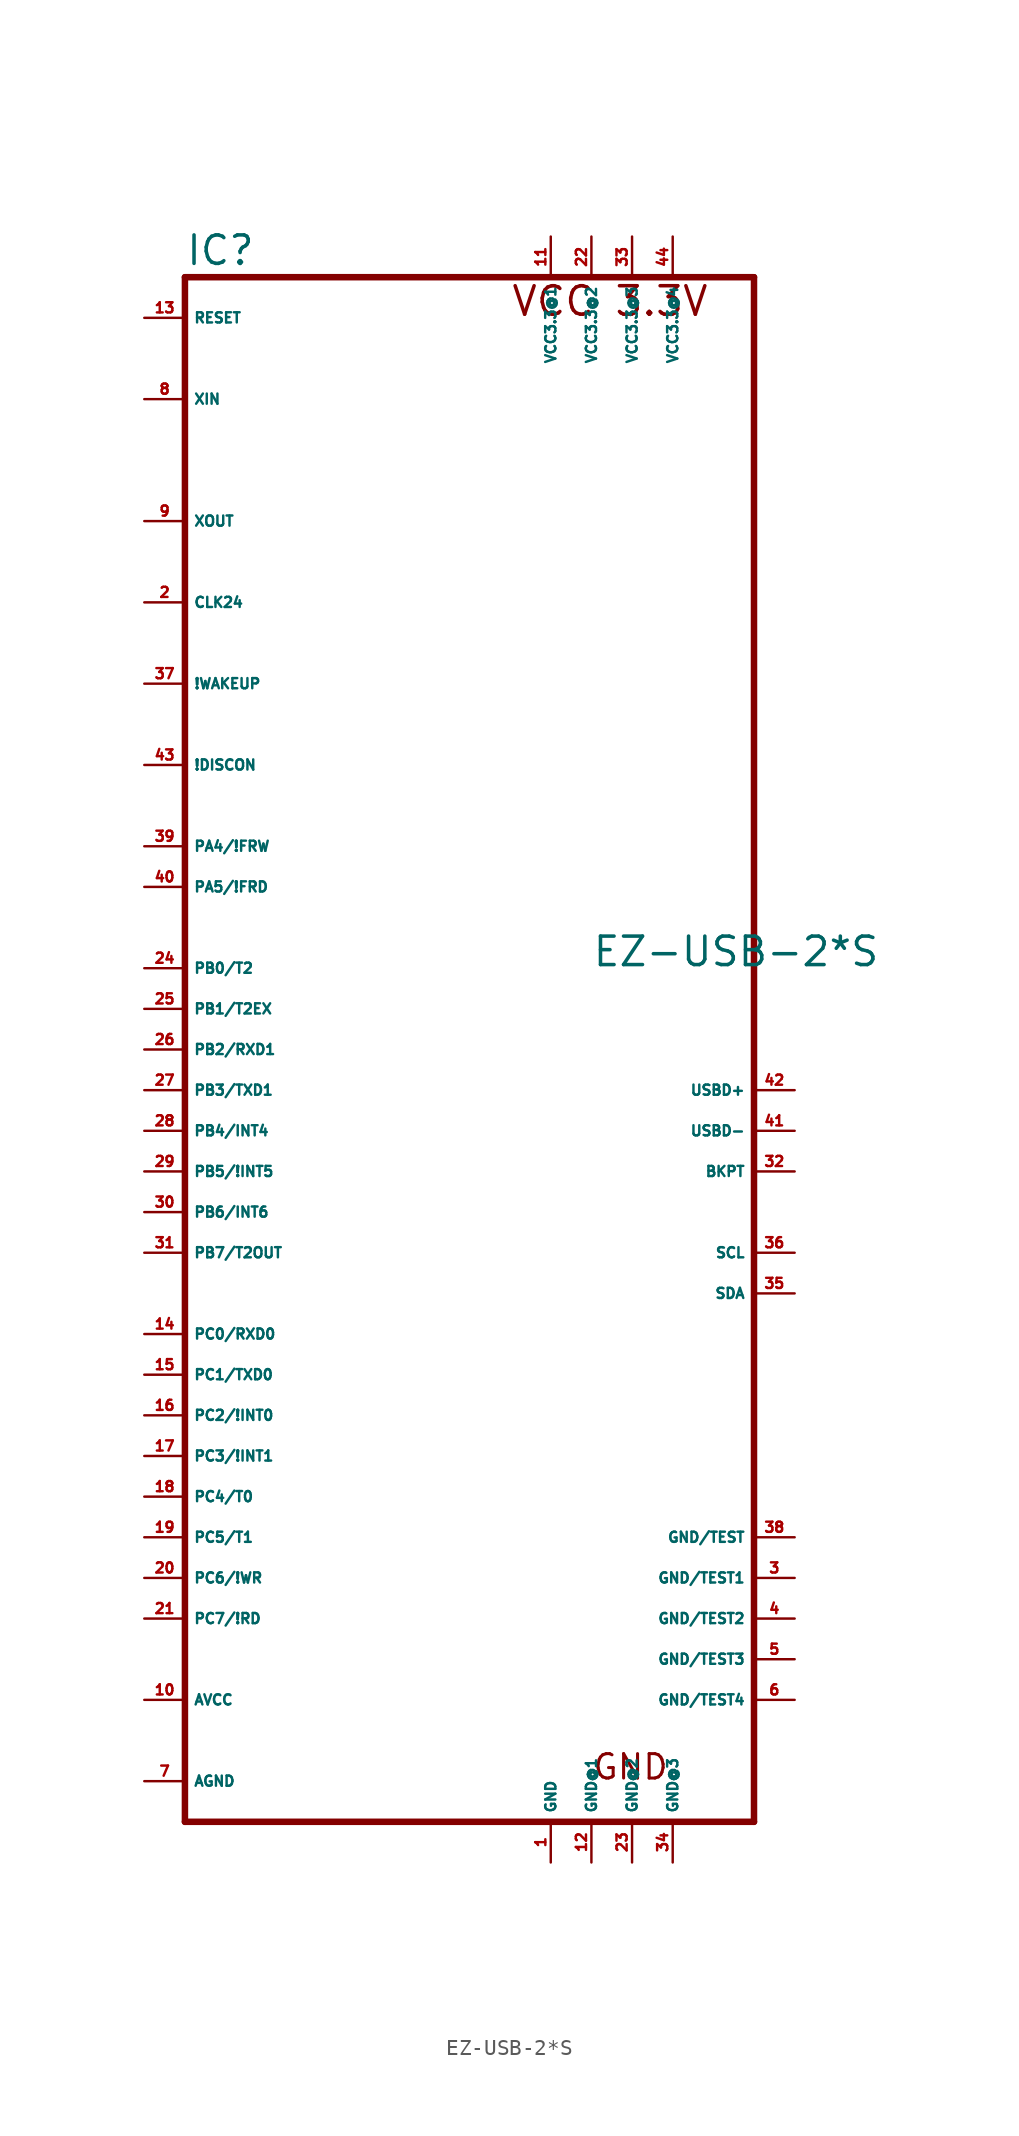
<source format=kicad_sym>
(kicad_symbol_lib
  (version 20220914)
  (generator Eagle2Kicad)
  (symbol "EZ-USB-2*S"
    (property "Reference" "IC"
      (at -17.78 48.895 0)
      (effects (font (size 1.778 1.778) (thickness 0.22)) (justify left bottom)))
    (property "Value" "EZ-USB-2*S"
      (at 7.62 5.08 0)
      (effects (font (size 1.778 1.778) (thickness 0.22)) (justify left bottom)))
    (polyline
      (pts (xy 17.78 48.26) (xy 17.78 -48.26))
      (stroke (width 0.406) (type default))
      (fill (type none)))
    (polyline
      (pts (xy -17.78 -48.26) (xy 17.78 -48.26))
      (stroke (width 0.406) (type default))
      (fill (type none)))
    (polyline
      (pts (xy -17.78 -48.26) (xy -17.78 48.26))
      (stroke (width 0.406) (type default))
      (fill (type none)))
    (polyline
      (pts (xy 17.78 48.26) (xy -17.78 48.26))
      (stroke (width 0.406) (type default))
      (fill (type none)))
    (text "VCC 3.3V"
      (at 2.54 45.72 0)
      (effects (font (size 1.778 1.778) (thickness 0.22)) (justify left bottom)))
    (text "GND"
      (at 7.62 -45.72 0)
      (effects (font (size 1.524 1.524) (thickness 0.19)) (justify left bottom)))
    (pin output line
      (at -20.32 33.02 0)
      (length 2.54)
      (name "XOUT" (effects (font (size 0.635 0.635) (thickness 0.08)) (justify left bottom)))
      (number "9" (effects (font (size 0.635 0.635) (thickness 0.08)) (justify left bottom))))
    (pin input line
      (at -20.32 40.64 0)
      (length 2.54)
      (name "XIN" (effects (font (size 0.635 0.635) (thickness 0.08)) (justify left bottom)))
      (number "8" (effects (font (size 0.635 0.635) (thickness 0.08)) (justify left bottom))))
    (pin open_collector line
      (at 20.32 -12.7 180)
      (length 2.54)
      (name "SCL" (effects (font (size 0.635 0.635) (thickness 0.08)) (justify left bottom)))
      (number "36" (effects (font (size 0.635 0.635) (thickness 0.08)) (justify left bottom))))
    (pin open_collector line
      (at 20.32 -15.24 180)
      (length 2.54)
      (name "SDA" (effects (font (size 0.635 0.635) (thickness 0.08)) (justify left bottom)))
      (number "35" (effects (font (size 0.635 0.635) (thickness 0.08)) (justify left bottom))))
    (pin input line
      (at -20.32 45.72 0)
      (length 2.54)
      (name "RESET" (effects (font (size 0.635 0.635) (thickness 0.08)) (justify left bottom)))
      (number "13" (effects (font (size 0.635 0.635) (thickness 0.08)) (justify left bottom))))
    (pin bidirectional line
      (at -20.32 12.7 0)
      (length 2.54)
      (name "PA4/!FRW" (effects (font (size 0.635 0.635) (thickness 0.08)) (justify left bottom)))
      (number "39" (effects (font (size 0.635 0.635) (thickness 0.08)) (justify left bottom))))
    (pin bidirectional line
      (at -20.32 10.16 0)
      (length 2.54)
      (name "PA5/!FRD" (effects (font (size 0.635 0.635) (thickness 0.08)) (justify left bottom)))
      (number "40" (effects (font (size 0.635 0.635) (thickness 0.08)) (justify left bottom))))
    (pin bidirectional line
      (at -20.32 5.08 0)
      (length 2.54)
      (name "PB0/T2" (effects (font (size 0.635 0.635) (thickness 0.08)) (justify left bottom)))
      (number "24" (effects (font (size 0.635 0.635) (thickness 0.08)) (justify left bottom))))
    (pin bidirectional line
      (at -20.32 2.54 0)
      (length 2.54)
      (name "PB1/T2EX" (effects (font (size 0.635 0.635) (thickness 0.08)) (justify left bottom)))
      (number "25" (effects (font (size 0.635 0.635) (thickness 0.08)) (justify left bottom))))
    (pin bidirectional line
      (at -20.32 0 0)
      (length 2.54)
      (name "PB2/RXD1" (effects (font (size 0.635 0.635) (thickness 0.08)) (justify left bottom)))
      (number "26" (effects (font (size 0.635 0.635) (thickness 0.08)) (justify left bottom))))
    (pin bidirectional line
      (at -20.32 -2.54 0)
      (length 2.54)
      (name "PB3/TXD1" (effects (font (size 0.635 0.635) (thickness 0.08)) (justify left bottom)))
      (number "27" (effects (font (size 0.635 0.635) (thickness 0.08)) (justify left bottom))))
    (pin bidirectional line
      (at -20.32 -5.08 0)
      (length 2.54)
      (name "PB4/INT4" (effects (font (size 0.635 0.635) (thickness 0.08)) (justify left bottom)))
      (number "28" (effects (font (size 0.635 0.635) (thickness 0.08)) (justify left bottom))))
    (pin bidirectional line
      (at -20.32 -7.62 0)
      (length 2.54)
      (name "PB5/!INT5" (effects (font (size 0.635 0.635) (thickness 0.08)) (justify left bottom)))
      (number "29" (effects (font (size 0.635 0.635) (thickness 0.08)) (justify left bottom))))
    (pin unspecified line
      (at -20.32 -40.64 0)
      (length 2.54)
      (name "AVCC" (effects (font (size 0.635 0.635) (thickness 0.08)) (justify left bottom)))
      (number "10" (effects (font (size 0.635 0.635) (thickness 0.08)) (justify left bottom))))
    (pin unspecified line
      (at -20.32 -45.72 0)
      (length 2.54)
      (name "AGND" (effects (font (size 0.635 0.635) (thickness 0.08)) (justify left bottom)))
      (number "7" (effects (font (size 0.635 0.635) (thickness 0.08)) (justify left bottom))))
    (pin output line
      (at -20.32 17.78 0)
      (length 2.54)
      (name "!DISCON" (effects (font (size 0.635 0.635) (thickness 0.08)) (justify left bottom)))
      (number "43" (effects (font (size 0.635 0.635) (thickness 0.08)) (justify left bottom))))
    (pin tri_state line
      (at 20.32 -2.54 180)
      (length 2.54)
      (name "USBD+" (effects (font (size 0.635 0.635) (thickness 0.08)) (justify left bottom)))
      (number "42" (effects (font (size 0.635 0.635) (thickness 0.08)) (justify left bottom))))
    (pin tri_state line
      (at 20.32 -5.08 180)
      (length 2.54)
      (name "USBD-" (effects (font (size 0.635 0.635) (thickness 0.08)) (justify left bottom)))
      (number "41" (effects (font (size 0.635 0.635) (thickness 0.08)) (justify left bottom))))
    (pin output line
      (at 20.32 -7.62 180)
      (length 2.54)
      (name "BKPT" (effects (font (size 0.635 0.635) (thickness 0.08)) (justify left bottom)))
      (number "32" (effects (font (size 0.635 0.635) (thickness 0.08)) (justify left bottom))))
    (pin bidirectional line
      (at -20.32 -10.16 0)
      (length 2.54)
      (name "PB6/INT6" (effects (font (size 0.635 0.635) (thickness 0.08)) (justify left bottom)))
      (number "30" (effects (font (size 0.635 0.635) (thickness 0.08)) (justify left bottom))))
    (pin bidirectional line
      (at -20.32 -12.7 0)
      (length 2.54)
      (name "PB7/T2OUT" (effects (font (size 0.635 0.635) (thickness 0.08)) (justify left bottom)))
      (number "31" (effects (font (size 0.635 0.635) (thickness 0.08)) (justify left bottom))))
    (pin bidirectional line
      (at -20.32 -17.78 0)
      (length 2.54)
      (name "PC0/RXD0" (effects (font (size 0.635 0.635) (thickness 0.08)) (justify left bottom)))
      (number "14" (effects (font (size 0.635 0.635) (thickness 0.08)) (justify left bottom))))
    (pin bidirectional line
      (at -20.32 -20.32 0)
      (length 2.54)
      (name "PC1/TXD0" (effects (font (size 0.635 0.635) (thickness 0.08)) (justify left bottom)))
      (number "15" (effects (font (size 0.635 0.635) (thickness 0.08)) (justify left bottom))))
    (pin bidirectional line
      (at -20.32 -22.86 0)
      (length 2.54)
      (name "PC2/!INT0" (effects (font (size 0.635 0.635) (thickness 0.08)) (justify left bottom)))
      (number "16" (effects (font (size 0.635 0.635) (thickness 0.08)) (justify left bottom))))
    (pin bidirectional line
      (at -20.32 -25.4 0)
      (length 2.54)
      (name "PC3/!INT1" (effects (font (size 0.635 0.635) (thickness 0.08)) (justify left bottom)))
      (number "17" (effects (font (size 0.635 0.635) (thickness 0.08)) (justify left bottom))))
    (pin bidirectional line
      (at -20.32 -27.94 0)
      (length 2.54)
      (name "PC4/T0" (effects (font (size 0.635 0.635) (thickness 0.08)) (justify left bottom)))
      (number "18" (effects (font (size 0.635 0.635) (thickness 0.08)) (justify left bottom))))
    (pin bidirectional line
      (at -20.32 -30.48 0)
      (length 2.54)
      (name "PC5/T1" (effects (font (size 0.635 0.635) (thickness 0.08)) (justify left bottom)))
      (number "19" (effects (font (size 0.635 0.635) (thickness 0.08)) (justify left bottom))))
    (pin bidirectional line
      (at -20.32 -33.02 0)
      (length 2.54)
      (name "PC6/!WR" (effects (font (size 0.635 0.635) (thickness 0.08)) (justify left bottom)))
      (number "20" (effects (font (size 0.635 0.635) (thickness 0.08)) (justify left bottom))))
    (pin bidirectional line
      (at -20.32 -35.56 0)
      (length 2.54)
      (name "PC7/!RD" (effects (font (size 0.635 0.635) (thickness 0.08)) (justify left bottom)))
      (number "21" (effects (font (size 0.635 0.635) (thickness 0.08)) (justify left bottom))))
    (pin output line
      (at -20.32 27.94 0)
      (length 2.54)
      (name "CLK24" (effects (font (size 0.635 0.635) (thickness 0.08)) (justify left bottom)))
      (number "2" (effects (font (size 0.635 0.635) (thickness 0.08)) (justify left bottom))))
    (pin input line
      (at -20.32 22.86 0)
      (length 2.54)
      (name "!WAKEUP" (effects (font (size 0.635 0.635) (thickness 0.08)) (justify left bottom)))
      (number "37" (effects (font (size 0.635 0.635) (thickness 0.08)) (justify left bottom))))
    (pin unspecified line
      (at 5.08 50.8 270)
      (length 2.54)
      (name "VCC3.3@1" (effects (font (size 0.635 0.635) (thickness 0.08)) (justify left bottom)))
      (number "11" (effects (font (size 0.635 0.635) (thickness 0.08)) (justify left bottom))))
    (pin unspecified line
      (at 7.62 50.8 270)
      (length 2.54)
      (name "VCC3.3@2" (effects (font (size 0.635 0.635) (thickness 0.08)) (justify left bottom)))
      (number "22" (effects (font (size 0.635 0.635) (thickness 0.08)) (justify left bottom))))
    (pin unspecified line
      (at 10.16 50.8 270)
      (length 2.54)
      (name "VCC3.3@3" (effects (font (size 0.635 0.635) (thickness 0.08)) (justify left bottom)))
      (number "33" (effects (font (size 0.635 0.635) (thickness 0.08)) (justify left bottom))))
    (pin unspecified line
      (at 12.7 50.8 270)
      (length 2.54)
      (name "VCC3.3@4" (effects (font (size 0.635 0.635) (thickness 0.08)) (justify left bottom)))
      (number "44" (effects (font (size 0.635 0.635) (thickness 0.08)) (justify left bottom))))
    (pin unspecified line
      (at 5.08 -50.8 90)
      (length 2.54)
      (name "GND" (effects (font (size 0.635 0.635) (thickness 0.08)) (justify left bottom)))
      (number "1" (effects (font (size 0.635 0.635) (thickness 0.08)) (justify left bottom))))
    (pin unspecified line
      (at 7.62 -50.8 90)
      (length 2.54)
      (name "GND@1" (effects (font (size 0.635 0.635) (thickness 0.08)) (justify left bottom)))
      (number "12" (effects (font (size 0.635 0.635) (thickness 0.08)) (justify left bottom))))
    (pin unspecified line
      (at 10.16 -50.8 90)
      (length 2.54)
      (name "GND@2" (effects (font (size 0.635 0.635) (thickness 0.08)) (justify left bottom)))
      (number "23" (effects (font (size 0.635 0.635) (thickness 0.08)) (justify left bottom))))
    (pin unspecified line
      (at 12.7 -50.8 90)
      (length 2.54)
      (name "GND@3" (effects (font (size 0.635 0.635) (thickness 0.08)) (justify left bottom)))
      (number "34" (effects (font (size 0.635 0.635) (thickness 0.08)) (justify left bottom))))
    (pin unspecified line
      (at 20.32 -30.48 180)
      (length 2.54)
      (name "GND/TEST" (effects (font (size 0.635 0.635) (thickness 0.08)) (justify left bottom)))
      (number "38" (effects (font (size 0.635 0.635) (thickness 0.08)) (justify left bottom))))
    (pin unspecified line
      (at 20.32 -33.02 180)
      (length 2.54)
      (name "GND/TEST1" (effects (font (size 0.635 0.635) (thickness 0.08)) (justify left bottom)))
      (number "3" (effects (font (size 0.635 0.635) (thickness 0.08)) (justify left bottom))))
    (pin unspecified line
      (at 20.32 -35.56 180)
      (length 2.54)
      (name "GND/TEST2" (effects (font (size 0.635 0.635) (thickness 0.08)) (justify left bottom)))
      (number "4" (effects (font (size 0.635 0.635) (thickness 0.08)) (justify left bottom))))
    (pin unspecified line
      (at 20.32 -38.1 180)
      (length 2.54)
      (name "GND/TEST3" (effects (font (size 0.635 0.635) (thickness 0.08)) (justify left bottom)))
      (number "5" (effects (font (size 0.635 0.635) (thickness 0.08)) (justify left bottom))))
    (pin unspecified line
      (at 20.32 -40.64 180)
      (length 2.54)
      (name "GND/TEST4" (effects (font (size 0.635 0.635) (thickness 0.08)) (justify left bottom)))
      (number "6" (effects (font (size 0.635 0.635) (thickness 0.08)) (justify left bottom))))))
</source>
